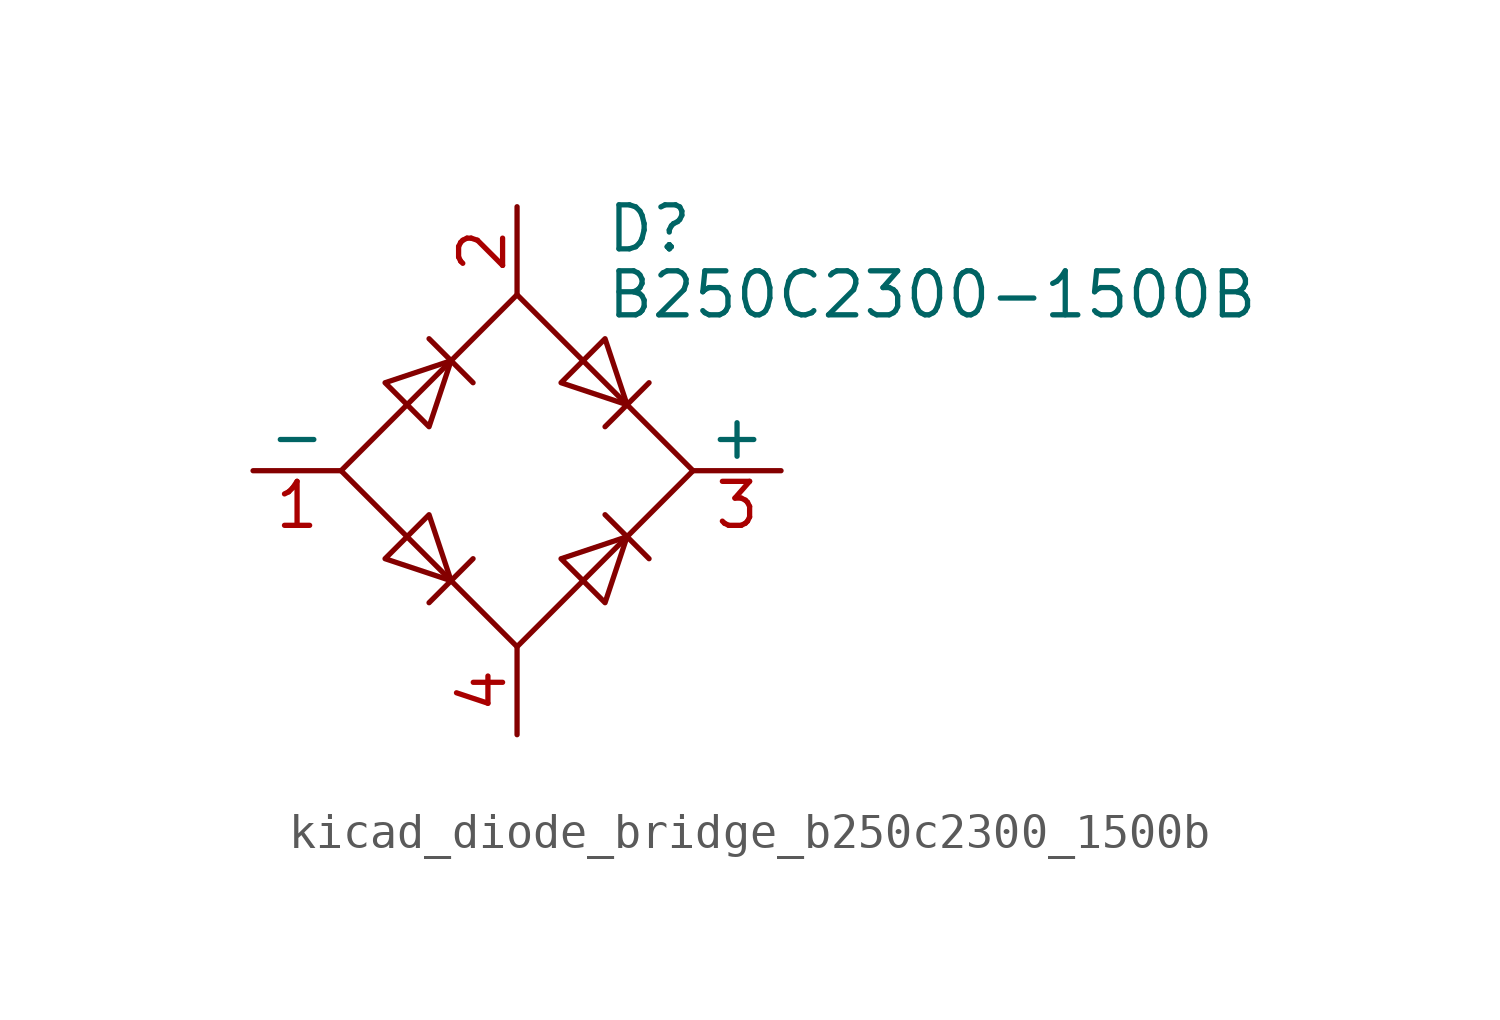
<source format=kicad_sym>
(kicad_symbol_lib
  (version 20220914)
  (generator kicad_symbol_editor)
  (symbol "kicad_diode_bridge_b250c2300_1500b"
    (pin_names
      (offset 0))
    (property "Reference" "D"
      (at 2.54 6.985 0)
      (effects (font (size 1.27 1.27)) (justify left)))
    (property "Value" "B250C2300-1500B"
      (at 2.54 5.08 0)
      (effects (font (size 1.27 1.27)) (justify left)))
    (symbol "kicad_diode_bridge_b250c2300_1500b_0_1"
      (polyline (pts (xy -2.54 3.81) (xy -1.27 2.54)) (stroke (width 0) (type default)) (fill (type none)))
      (polyline (pts (xy -1.27 -2.54) (xy -2.54 -3.81)) (stroke (width 0) (type default)) (fill (type none)))
      (polyline (pts (xy 2.54 -1.27) (xy 3.81 -2.54)) (stroke (width 0) (type default)) (fill (type none)))
      (polyline (pts (xy 2.54 1.27) (xy 3.81 2.54)) (stroke (width 0) (type default)) (fill (type none)))
      (polyline (pts (xy -3.81 2.54) (xy -2.54 1.27) (xy -1.905 3.175) (xy -3.81 2.54)) (stroke (width 0) (type default)) (fill (type none)))
      (polyline (pts (xy -2.54 -1.27) (xy -3.81 -2.54) (xy -1.905 -3.175) (xy -2.54 -1.27)) (stroke (width 0) (type default)) (fill (type none)))
      (polyline (pts (xy 1.27 2.54) (xy 2.54 3.81) (xy 3.175 1.905) (xy 1.27 2.54)) (stroke (width 0) (type default)) (fill (type none)))
      (polyline (pts (xy 3.175 -1.905) (xy 1.27 -2.54) (xy 2.54 -3.81) (xy 3.175 -1.905)) (stroke (width 0) (type default)) (fill (type none)))
      (polyline (pts (xy -5.08 0) (xy 0 -5.08) (xy 5.08 0) (xy 0 5.08) (xy -5.08 0)) (stroke (width 0) (type default)) (fill (type none))))
    (symbol "kicad_diode_bridge_b250c2300_1500b_1_1"
      (pin passive line (at -7.62 0 0) (length 2.54) (name "-" (effects (font (size 1.27 1.27)))) (number "1" (effects (font (size 1.27 1.27)))))
      (pin passive line (at 0 7.62 270) (length 2.54) (name "~" (effects (font (size 1.27 1.27)))) (number "2" (effects (font (size 1.27 1.27)))))
      (pin passive line (at 7.62 0 180) (length 2.54) (name "+" (effects (font (size 1.27 1.27)))) (number "3" (effects (font (size 1.27 1.27)))))
      (pin passive line (at 0 -7.62 90) (length 2.54) (name "~" (effects (font (size 1.27 1.27)))) (number "4" (effects (font (size 1.27 1.27))))))))
</source>
